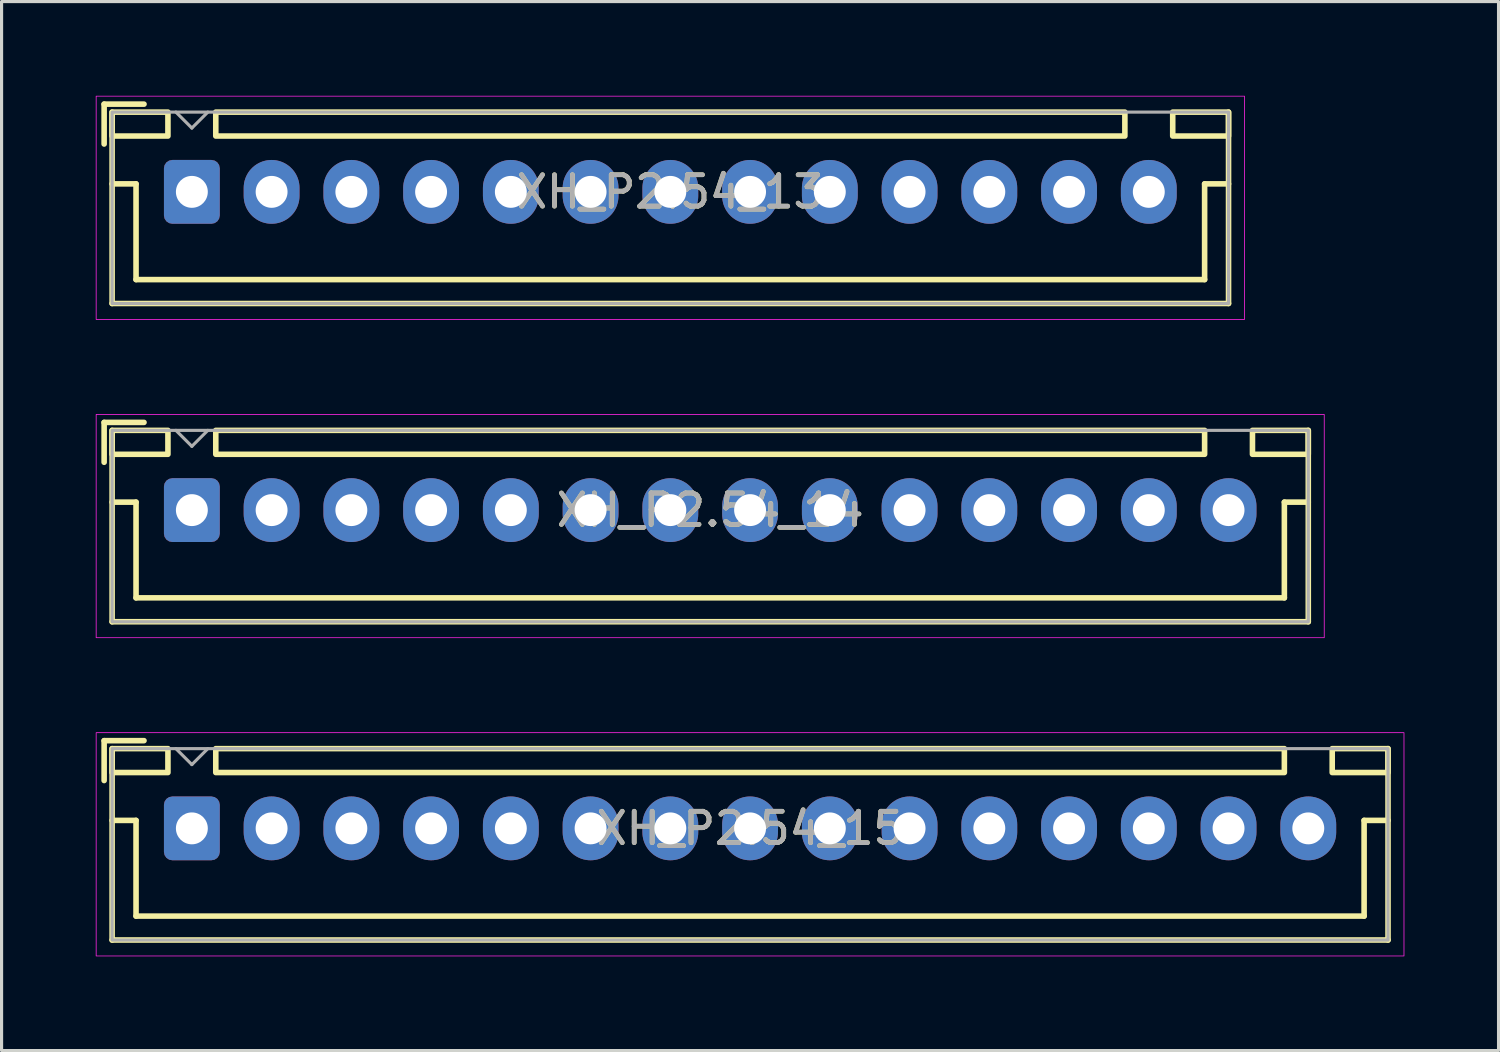
<source format=kicad_pcb>
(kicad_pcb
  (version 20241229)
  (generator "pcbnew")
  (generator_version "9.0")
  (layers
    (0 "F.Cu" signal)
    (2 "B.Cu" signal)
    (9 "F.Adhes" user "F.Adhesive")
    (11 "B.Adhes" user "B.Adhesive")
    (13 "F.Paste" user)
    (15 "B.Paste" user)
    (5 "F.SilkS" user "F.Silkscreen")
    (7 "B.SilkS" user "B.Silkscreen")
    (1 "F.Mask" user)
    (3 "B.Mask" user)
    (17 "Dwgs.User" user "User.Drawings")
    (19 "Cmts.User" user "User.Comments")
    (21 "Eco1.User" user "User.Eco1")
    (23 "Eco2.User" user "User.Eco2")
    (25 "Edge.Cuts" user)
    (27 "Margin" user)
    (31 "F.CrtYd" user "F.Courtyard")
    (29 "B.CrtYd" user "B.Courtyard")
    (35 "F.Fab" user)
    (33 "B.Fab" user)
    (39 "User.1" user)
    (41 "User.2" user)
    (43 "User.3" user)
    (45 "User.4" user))
  (footprint "XH_P2.54_13"
    (layer "F.Cu")
    (at 18.301 3.061)
    (property "Reference" "XH_P2.54_13" (at 0 0 0) (layer "F.SilkS") (effects (font (size 1 1) (thickness 0.15))))
    (attr through_hole)
    (fp_line (start -18.034 -2.794) (end -16.764 -2.794) (stroke (width 0.178) (type solid)) (layer "F.SilkS"))
    (fp_line (start -18.034 -1.524) (end -18.034 -2.794) (stroke (width 0.178) (type solid)) (layer "F.SilkS"))
    (fp_line (start -17.78 -2.54) (end -17.78 3.556) (stroke (width 0.178) (type solid)) (layer "F.SilkS"))
    (fp_line (start -17.78 -0.254) (end -17.018 -0.254) (stroke (width 0.178) (type solid)) (layer "F.SilkS"))
    (fp_line (start -17.78 3.556) (end 17.78 3.556) (stroke (width 0.178) (type solid)) (layer "F.SilkS"))
    (fp_line (start -17.018 -0.254) (end -17.018 2.794) (stroke (width 0.178) (type solid)) (layer "F.SilkS"))
    (fp_line (start -17.018 2.794) (end 17.018 2.794) (stroke (width 0.178) (type solid)) (layer "F.SilkS"))
    (fp_line (start 17.018 -0.254) (end 17.018 2.794) (stroke (width 0.178) (type solid)) (layer "F.SilkS"))
    (fp_line (start 17.018 -0.254) (end 17.78 -0.254) (stroke (width 0.178) (type solid)) (layer "F.SilkS"))
    (fp_line (start 17.78 -2.54) (end 17.78 3.556) (stroke (width 0.178) (type solid)) (layer "F.SilkS"))
    (fp_rect (start -16.002 -1.778) (end -17.78 -2.54) (stroke (width 0.178) (type solid)) (fill no) (layer "F.SilkS"))
    (fp_rect (start -14.478 -2.54) (end 14.478 -1.778) (stroke (width 0.178) (type solid)) (fill no) (layer "F.SilkS"))
    (fp_rect (start 16.002 -2.54) (end 17.78 -1.778) (stroke (width 0.178) (type solid)) (fill no) (layer "F.SilkS"))
    (fp_rect (start -18.288 -3.048) (end 18.288 4.064) (stroke (width 0.025) (type solid)) (fill no) (layer "F.CrtYd"))
    (fp_line (start -15.748 -2.54) (end -15.24 -2.032) (stroke (width 0.1) (type solid)) (layer "F.Fab"))
    (fp_line (start -14.732 -2.54) (end -15.24 -2.032) (stroke (width 0.1) (type solid)) (layer "F.Fab"))
    (fp_rect (start -17.78 -2.54) (end 17.78 3.556) (stroke (width 0.1) (type solid)) (fill no) (layer "F.Fab"))
    (fp_text user "${REFERENCE}" (at 0 0 0) (layer "F.Fab") (effects (font (size 1 1) (thickness 0.15))))
    (pad "1" thru_hole roundrect (at -15.24 0) (size 1.778 2.032) (drill 1.016) (layers "*.Cu" "*.Mask") (roundrect_rratio 0.15))
    (pad "2" thru_hole oval (at -12.7 0) (size 1.778 2.032) (drill 1.016) (layers "*.Cu" "*.Mask"))
    (pad "3" thru_hole oval (at -10.16 0) (size 1.778 2.032) (drill 1.016) (layers "*.Cu" "*.Mask"))
    (pad "4" thru_hole oval (at -7.62 0) (size 1.778 2.032) (drill 1.016) (layers "*.Cu" "*.Mask"))
    (pad "5" thru_hole oval (at -5.08 0) (size 1.778 2.032) (drill 1.016) (layers "*.Cu" "*.Mask"))
    (pad "6" thru_hole oval (at -2.54 0) (size 1.778 2.032) (drill 1.016) (layers "*.Cu" "*.Mask"))
    (pad "7" thru_hole oval (at 0 0) (size 1.778 2.032) (drill 1.016) (layers "*.Cu" "*.Mask"))
    (pad "8" thru_hole oval (at 2.54 0) (size 1.778 2.032) (drill 1.016) (layers "*.Cu" "*.Mask"))
    (pad "9" thru_hole oval (at 5.08 0) (size 1.778 2.032) (drill 1.016) (layers "*.Cu" "*.Mask"))
    (pad "10" thru_hole oval (at 7.62 0) (size 1.778 2.032) (drill 1.016) (layers "*.Cu" "*.Mask"))
    (pad "11" thru_hole oval (at 10.16 0) (size 1.778 2.032) (drill 1.016) (layers "*.Cu" "*.Mask"))
    (pad "12" thru_hole oval (at 12.7 0) (size 1.778 2.032) (drill 1.016) (layers "*.Cu" "*.Mask"))
    (pad "13" thru_hole oval (at 15.24 0) (size 1.778 2.032) (drill 1.016) (layers "*.Cu" "*.Mask")))
  (footprint "XH_P2.54_15"
    (layer "F.Cu")
    (at 20.841 23.335)
    (property "Reference" "XH_P2.54_15" (at 0 0 0) (layer "F.SilkS") (effects (font (size 1 1) (thickness 0.15))))
    (attr through_hole)
    (fp_line (start -20.574 -2.794) (end -19.304 -2.794) (stroke (width 0.178) (type solid)) (layer "F.SilkS"))
    (fp_line (start -20.574 -1.524) (end -20.574 -2.794) (stroke (width 0.178) (type solid)) (layer "F.SilkS"))
    (fp_line (start -20.32 -2.54) (end -20.32 3.556) (stroke (width 0.178) (type solid)) (layer "F.SilkS"))
    (fp_line (start -20.32 -0.254) (end -19.558 -0.254) (stroke (width 0.178) (type solid)) (layer "F.SilkS"))
    (fp_line (start -20.32 3.556) (end 20.32 3.556) (stroke (width 0.178) (type solid)) (layer "F.SilkS"))
    (fp_line (start -19.558 -0.254) (end -19.558 2.794) (stroke (width 0.178) (type solid)) (layer "F.SilkS"))
    (fp_line (start -19.558 2.794) (end 19.558 2.794) (stroke (width 0.178) (type solid)) (layer "F.SilkS"))
    (fp_line (start 19.558 -0.254) (end 19.558 2.794) (stroke (width 0.178) (type solid)) (layer "F.SilkS"))
    (fp_line (start 19.558 -0.254) (end 20.32 -0.254) (stroke (width 0.178) (type solid)) (layer "F.SilkS"))
    (fp_line (start 20.32 -2.54) (end 20.32 3.556) (stroke (width 0.178) (type solid)) (layer "F.SilkS"))
    (fp_rect (start -18.542 -1.778) (end -20.32 -2.54) (stroke (width 0.178) (type solid)) (fill no) (layer "F.SilkS"))
    (fp_rect (start -17.018 -2.54) (end 17.018 -1.778) (stroke (width 0.178) (type solid)) (fill no) (layer "F.SilkS"))
    (fp_rect (start 18.542 -2.54) (end 20.32 -1.778) (stroke (width 0.178) (type solid)) (fill no) (layer "F.SilkS"))
    (fp_rect (start -20.828 -3.048) (end 20.828 4.064) (stroke (width 0.025) (type solid)) (fill no) (layer "F.CrtYd"))
    (fp_line (start -18.288 -2.54) (end -17.78 -2.032) (stroke (width 0.1) (type solid)) (layer "F.Fab"))
    (fp_line (start -17.272 -2.54) (end -17.78 -2.032) (stroke (width 0.1) (type solid)) (layer "F.Fab"))
    (fp_rect (start -20.32 -2.54) (end 20.32 3.556) (stroke (width 0.1) (type solid)) (fill no) (layer "F.Fab"))
    (fp_text user "${REFERENCE}" (at 0 0 0) (layer "F.Fab") (effects (font (size 1 1) (thickness 0.15))))
    (pad "1" thru_hole roundrect (at -17.78 0) (size 1.778 2.032) (drill 1.016) (layers "*.Cu" "*.Mask") (roundrect_rratio 0.15))
    (pad "2" thru_hole oval (at -15.24 0) (size 1.778 2.032) (drill 1.016) (layers "*.Cu" "*.Mask"))
    (pad "3" thru_hole oval (at -12.7 0) (size 1.778 2.032) (drill 1.016) (layers "*.Cu" "*.Mask"))
    (pad "4" thru_hole oval (at -10.16 0) (size 1.778 2.032) (drill 1.016) (layers "*.Cu" "*.Mask"))
    (pad "5" thru_hole oval (at -7.62 0) (size 1.778 2.032) (drill 1.016) (layers "*.Cu" "*.Mask"))
    (pad "6" thru_hole oval (at -5.08 0) (size 1.778 2.032) (drill 1.016) (layers "*.Cu" "*.Mask"))
    (pad "7" thru_hole oval (at -2.54 0) (size 1.778 2.032) (drill 1.016) (layers "*.Cu" "*.Mask"))
    (pad "8" thru_hole oval (at 0 0) (size 1.778 2.032) (drill 1.016) (layers "*.Cu" "*.Mask"))
    (pad "9" thru_hole oval (at 2.54 0) (size 1.778 2.032) (drill 1.016) (layers "*.Cu" "*.Mask"))
    (pad "10" thru_hole oval (at 5.08 0) (size 1.778 2.032) (drill 1.016) (layers "*.Cu" "*.Mask"))
    (pad "11" thru_hole oval (at 7.62 0) (size 1.778 2.032) (drill 1.016) (layers "*.Cu" "*.Mask"))
    (pad "12" thru_hole oval (at 10.16 0) (size 1.778 2.032) (drill 1.016) (layers "*.Cu" "*.Mask"))
    (pad "13" thru_hole oval (at 12.7 0) (size 1.778 2.032) (drill 1.016) (layers "*.Cu" "*.Mask"))
    (pad "14" thru_hole oval (at 15.24 0) (size 1.778 2.032) (drill 1.016) (layers "*.Cu" "*.Mask"))
    (pad "15" thru_hole oval (at 17.78 0) (size 1.778 2.032) (drill 1.016) (layers "*.Cu" "*.Mask")))
  (footprint "XH_P2.54_14"
    (layer "F.Cu")
    (at 19.571 13.198)
    (property "Reference" "XH_P2.54_14" (at 0 0 0) (layer "F.SilkS") (effects (font (size 1 1) (thickness 0.15))))
    (attr through_hole)
    (fp_line (start -19.304 -2.794) (end -18.034 -2.794) (stroke (width 0.178) (type solid)) (layer "F.SilkS"))
    (fp_line (start -19.304 -1.524) (end -19.304 -2.794) (stroke (width 0.178) (type solid)) (layer "F.SilkS"))
    (fp_line (start -19.05 -2.54) (end -19.05 3.556) (stroke (width 0.178) (type solid)) (layer "F.SilkS"))
    (fp_line (start -19.05 -0.254) (end -18.288 -0.254) (stroke (width 0.178) (type solid)) (layer "F.SilkS"))
    (fp_line (start -19.05 3.556) (end 19.05 3.556) (stroke (width 0.178) (type solid)) (layer "F.SilkS"))
    (fp_line (start -18.288 -0.254) (end -18.288 2.794) (stroke (width 0.178) (type solid)) (layer "F.SilkS"))
    (fp_line (start -18.288 2.794) (end 18.288 2.794) (stroke (width 0.178) (type solid)) (layer "F.SilkS"))
    (fp_line (start 18.288 -0.254) (end 18.288 2.794) (stroke (width 0.178) (type solid)) (layer "F.SilkS"))
    (fp_line (start 18.288 -0.254) (end 19.05 -0.254) (stroke (width 0.178) (type solid)) (layer "F.SilkS"))
    (fp_line (start 19.05 -2.54) (end 19.05 3.556) (stroke (width 0.178) (type solid)) (layer "F.SilkS"))
    (fp_rect (start -17.272 -1.778) (end -19.05 -2.54) (stroke (width 0.178) (type solid)) (fill no) (layer "F.SilkS"))
    (fp_rect (start -15.748 -2.54) (end 15.748 -1.778) (stroke (width 0.178) (type solid)) (fill no) (layer "F.SilkS"))
    (fp_rect (start 17.272 -2.54) (end 19.05 -1.778) (stroke (width 0.178) (type solid)) (fill no) (layer "F.SilkS"))
    (fp_rect (start -19.558 -3.048) (end 19.558 4.064) (stroke (width 0.025) (type solid)) (fill no) (layer "F.CrtYd"))
    (fp_line (start -17.018 -2.54) (end -16.51 -2.032) (stroke (width 0.1) (type solid)) (layer "F.Fab"))
    (fp_line (start -16.002 -2.54) (end -16.51 -2.032) (stroke (width 0.1) (type solid)) (layer "F.Fab"))
    (fp_rect (start -19.05 -2.54) (end 19.05 3.556) (stroke (width 0.1) (type solid)) (fill no) (layer "F.Fab"))
    (fp_text user "${REFERENCE}" (at 0 0 0) (layer "F.Fab") (effects (font (size 1 1) (thickness 0.15))))
    (pad "1" thru_hole roundrect (at -16.51 0) (size 1.778 2.032) (drill 1.016) (layers "*.Cu" "*.Mask") (roundrect_rratio 0.15))
    (pad "2" thru_hole oval (at -13.97 0) (size 1.778 2.032) (drill 1.016) (layers "*.Cu" "*.Mask"))
    (pad "3" thru_hole oval (at -11.43 0) (size 1.778 2.032) (drill 1.016) (layers "*.Cu" "*.Mask"))
    (pad "4" thru_hole oval (at -8.89 0) (size 1.778 2.032) (drill 1.016) (layers "*.Cu" "*.Mask"))
    (pad "5" thru_hole oval (at -6.35 0) (size 1.778 2.032) (drill 1.016) (layers "*.Cu" "*.Mask"))
    (pad "6" thru_hole oval (at -3.81 0) (size 1.778 2.032) (drill 1.016) (layers "*.Cu" "*.Mask"))
    (pad "7" thru_hole oval (at -1.27 0) (size 1.778 2.032) (drill 1.016) (layers "*.Cu" "*.Mask"))
    (pad "8" thru_hole oval (at 1.27 0) (size 1.778 2.032) (drill 1.016) (layers "*.Cu" "*.Mask"))
    (pad "9" thru_hole oval (at 3.81 0) (size 1.778 2.032) (drill 1.016) (layers "*.Cu" "*.Mask"))
    (pad "10" thru_hole oval (at 6.35 0) (size 1.778 2.032) (drill 1.016) (layers "*.Cu" "*.Mask"))
    (pad "11" thru_hole oval (at 8.89 0) (size 1.778 2.032) (drill 1.016) (layers "*.Cu" "*.Mask"))
    (pad "12" thru_hole oval (at 11.43 0) (size 1.778 2.032) (drill 1.016) (layers "*.Cu" "*.Mask"))
    (pad "13" thru_hole oval (at 13.97 0) (size 1.778 2.032) (drill 1.016) (layers "*.Cu" "*.Mask"))
    (pad "14" thru_hole oval (at 16.51 0) (size 1.778 2.032) (drill 1.016) (layers "*.Cu" "*.Mask")))
  (gr_rect
    (start -3 -3)
    (end 44.681 30.412)
    (stroke (width 0.1) (type default))
    (fill no)
    (layer "Edge.Cuts")))
</source>
